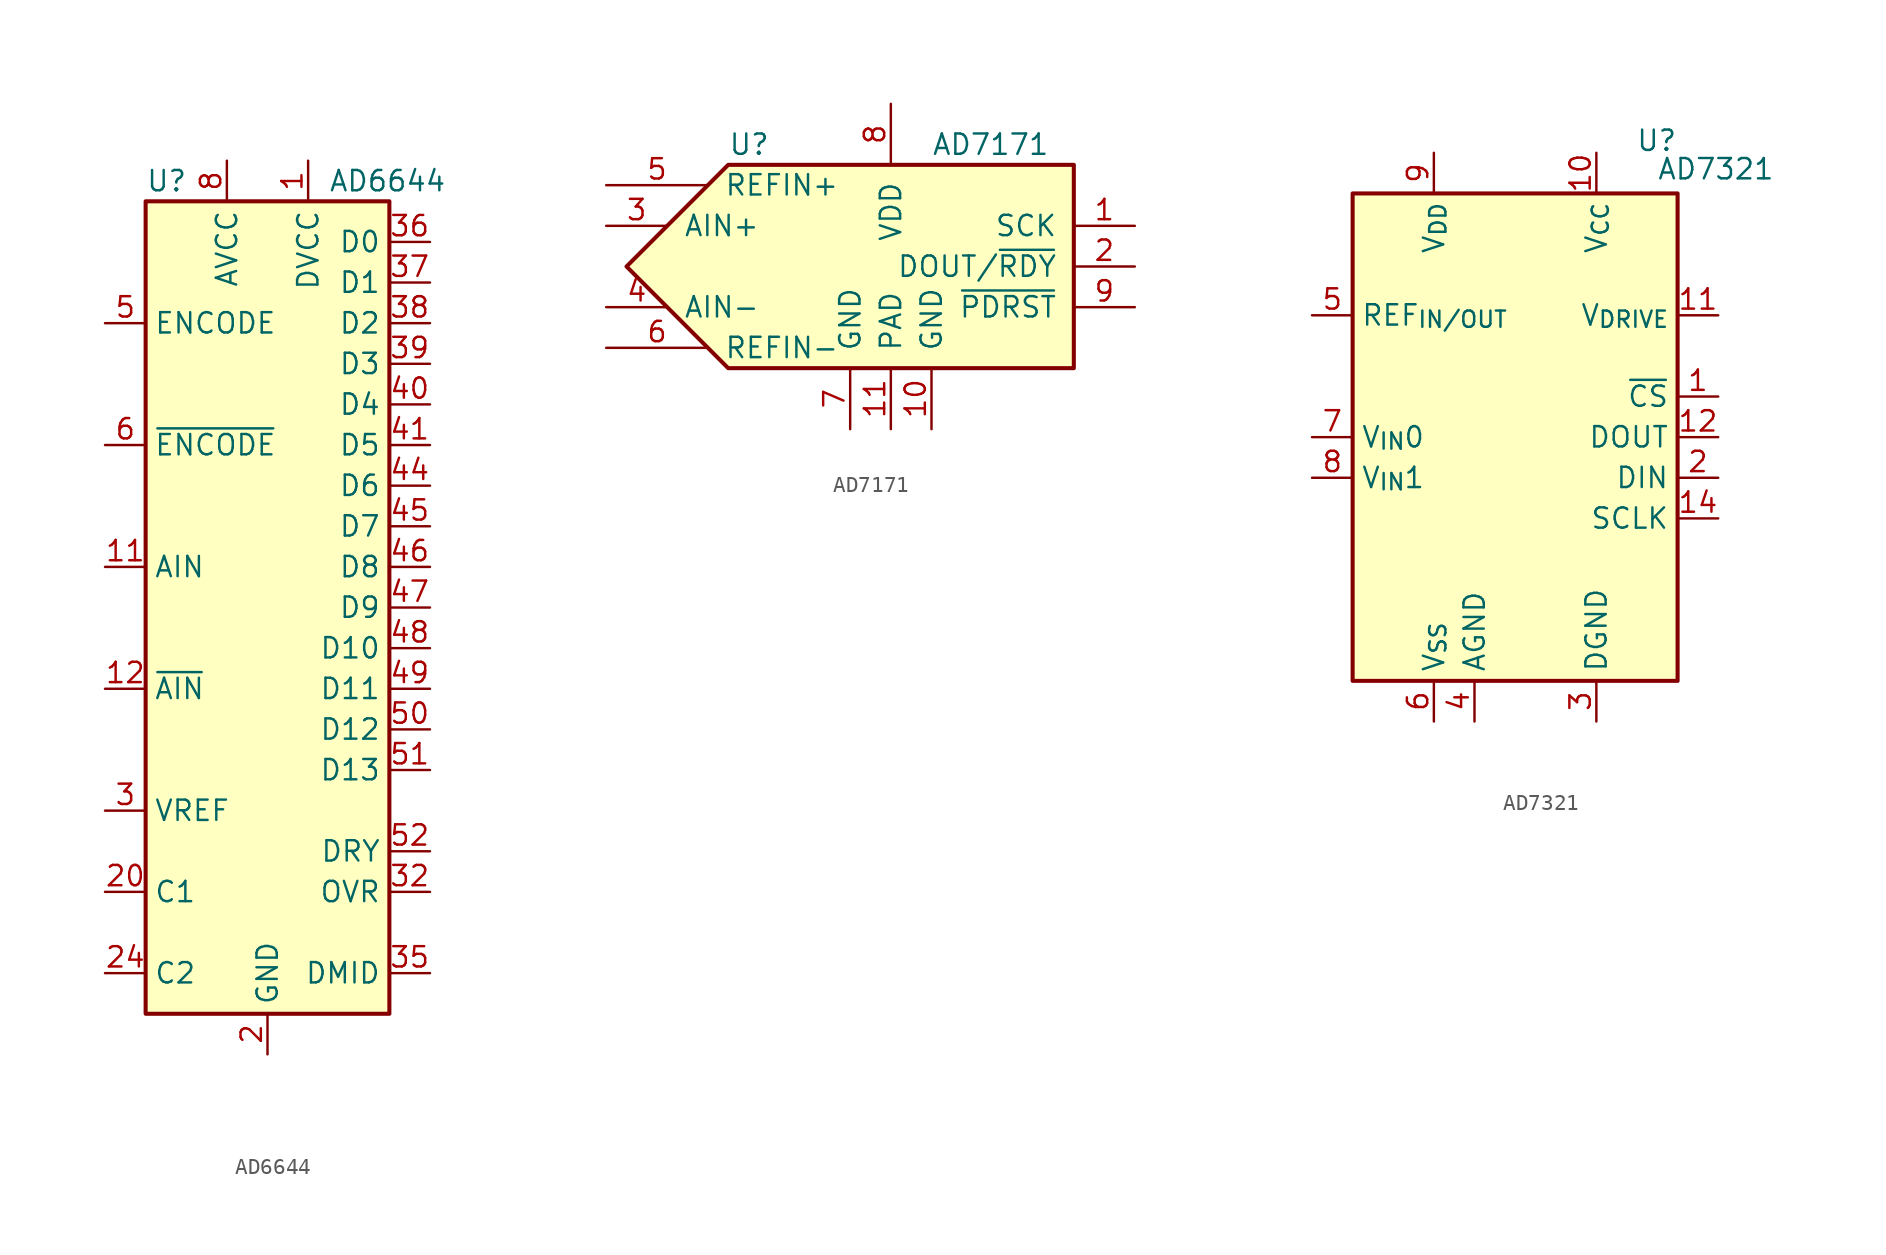
<source format=kicad_sym>
(kicad_symbol_lib
  (version 20241209)
  (generator "kicad_symbol_editor")
  (generator_version "9.0")
  (symbol "AD6644"
    (property "Reference" "U"
      (at -7.62 26.67 0)
      (effects (font (size 1.27 1.27)) (justify left)))
    (property "Value" "AD6644"
      (at 3.81 26.67 0)
      (effects (font (size 1.27 1.27)) (justify left)))
    (symbol "AD6644_0_1"
      (rectangle (start -7.62 25.4) (end 7.62 -25.4) (stroke (width 0.254) (type default)) (fill (type background))))
    (symbol "AD6644_1_1"
      (pin input line (at -10.16 17.78 0) (length 2.54) (name "ENCODE" (effects (font (size 1.27 1.27)))) (number "5" (effects (font (size 1.27 1.27)))))
      (pin input line (at -10.16 10.16 0) (length 2.54) (name "~{ENCODE}" (effects (font (size 1.27 1.27)))) (number "6" (effects (font (size 1.27 1.27)))))
      (pin input line (at -10.16 2.54 0) (length 2.54) (name "AIN" (effects (font (size 1.27 1.27)))) (number "11" (effects (font (size 1.27 1.27)))))
      (pin input line (at -10.16 -5.08 0) (length 2.54) (name "~{AIN}" (effects (font (size 1.27 1.27)))) (number "12" (effects (font (size 1.27 1.27)))))
      (pin passive line (at -10.16 -12.7 0) (length 2.54) (name "VREF" (effects (font (size 1.27 1.27)))) (number "3" (effects (font (size 1.27 1.27)))))
      (pin passive line (at -10.16 -17.78 0) (length 2.54) (name "C1" (effects (font (size 1.27 1.27)))) (number "20" (effects (font (size 1.27 1.27)))))
      (pin passive line (at -10.16 -22.86 0) (length 2.54) (name "C2" (effects (font (size 1.27 1.27)))) (number "24" (effects (font (size 1.27 1.27)))))
      (pin passive line (at -2.54 27.94 270) (length 2.54) (hide yes) (name "AVCC" (effects (font (size 1.27 1.27)))) (number "14" (effects (font (size 1.27 1.27)))))
      (pin passive line (at -2.54 27.94 270) (length 2.54) (hide yes) (name "AVCC" (effects (font (size 1.27 1.27)))) (number "16" (effects (font (size 1.27 1.27)))))
      (pin passive line (at -2.54 27.94 270) (length 2.54) (hide yes) (name "AVCC" (effects (font (size 1.27 1.27)))) (number "18" (effects (font (size 1.27 1.27)))))
      (pin passive line (at -2.54 27.94 270) (length 2.54) (hide yes) (name "AVCC" (effects (font (size 1.27 1.27)))) (number "22" (effects (font (size 1.27 1.27)))))
      (pin passive line (at -2.54 27.94 270) (length 2.54) (hide yes) (name "AVCC" (effects (font (size 1.27 1.27)))) (number "26" (effects (font (size 1.27 1.27)))))
      (pin passive line (at -2.54 27.94 270) (length 2.54) (hide yes) (name "AVCC" (effects (font (size 1.27 1.27)))) (number "28" (effects (font (size 1.27 1.27)))))
      (pin passive line (at -2.54 27.94 270) (length 2.54) (hide yes) (name "AVCC" (effects (font (size 1.27 1.27)))) (number "30" (effects (font (size 1.27 1.27)))))
      (pin power_in line (at -2.54 27.94 270) (length 2.54) (name "AVCC" (effects (font (size 1.27 1.27)))) (number "8" (effects (font (size 1.27 1.27)))))
      (pin passive line (at -2.54 27.94 270) (length 2.54) (hide yes) (name "AVCC" (effects (font (size 1.27 1.27)))) (number "9" (effects (font (size 1.27 1.27)))))
      (pin passive line (at 0 -27.94 90) (length 2.54) (hide yes) (name "GND" (effects (font (size 1.27 1.27)))) (number "10" (effects (font (size 1.27 1.27)))))
      (pin passive line (at 0 -27.94 90) (length 2.54) (hide yes) (name "GND" (effects (font (size 1.27 1.27)))) (number "13" (effects (font (size 1.27 1.27)))))
      (pin passive line (at 0 -27.94 90) (length 2.54) (hide yes) (name "GND" (effects (font (size 1.27 1.27)))) (number "15" (effects (font (size 1.27 1.27)))))
      (pin passive line (at 0 -27.94 90) (length 2.54) (hide yes) (name "GND" (effects (font (size 1.27 1.27)))) (number "17" (effects (font (size 1.27 1.27)))))
      (pin passive line (at 0 -27.94 90) (length 2.54) (hide yes) (name "GND" (effects (font (size 1.27 1.27)))) (number "19" (effects (font (size 1.27 1.27)))))
      (pin power_in line (at 0 -27.94 90) (length 2.54) (name "GND" (effects (font (size 1.27 1.27)))) (number "2" (effects (font (size 1.27 1.27)))))
      (pin passive line (at 0 -27.94 90) (length 2.54) (hide yes) (name "GND" (effects (font (size 1.27 1.27)))) (number "21" (effects (font (size 1.27 1.27)))))
      (pin passive line (at 0 -27.94 90) (length 2.54) (hide yes) (name "GND" (effects (font (size 1.27 1.27)))) (number "23" (effects (font (size 1.27 1.27)))))
      (pin passive line (at 0 -27.94 90) (length 2.54) (hide yes) (name "GND" (effects (font (size 1.27 1.27)))) (number "25" (effects (font (size 1.27 1.27)))))
      (pin passive line (at 0 -27.94 90) (length 2.54) (hide yes) (name "GND" (effects (font (size 1.27 1.27)))) (number "27" (effects (font (size 1.27 1.27)))))
      (pin passive line (at 0 -27.94 90) (length 2.54) (hide yes) (name "GND" (effects (font (size 1.27 1.27)))) (number "29" (effects (font (size 1.27 1.27)))))
      (pin passive line (at 0 -27.94 90) (length 2.54) (hide yes) (name "GND" (effects (font (size 1.27 1.27)))) (number "34" (effects (font (size 1.27 1.27)))))
      (pin passive line (at 0 -27.94 90) (length 2.54) (hide yes) (name "GND" (effects (font (size 1.27 1.27)))) (number "4" (effects (font (size 1.27 1.27)))))
      (pin passive line (at 0 -27.94 90) (length 2.54) (hide yes) (name "GND" (effects (font (size 1.27 1.27)))) (number "42" (effects (font (size 1.27 1.27)))))
      (pin passive line (at 0 -27.94 90) (length 2.54) (hide yes) (name "GND" (effects (font (size 1.27 1.27)))) (number "53" (effects (font (size 1.27 1.27)))))
      (pin passive line (at 0 -27.94 90) (length 2.54) (hide yes) (name "GND" (effects (font (size 1.27 1.27)))) (number "7" (effects (font (size 1.27 1.27)))))
      (pin power_in line (at 2.54 27.94 270) (length 2.54) (name "DVCC" (effects (font (size 1.27 1.27)))) (number "1" (effects (font (size 1.27 1.27)))))
      (pin passive line (at 2.54 27.94 270) (length 2.54) (hide yes) (name "DVCC" (effects (font (size 1.27 1.27)))) (number "33" (effects (font (size 1.27 1.27)))))
      (pin passive line (at 2.54 27.94 270) (length 2.54) (hide yes) (name "DVCC" (effects (font (size 1.27 1.27)))) (number "43" (effects (font (size 1.27 1.27)))))
      (pin no_connect line (at 7.62 -12.7 180) (length 2.54) (hide yes) (name "DNC" (effects (font (size 1.27 1.27)))) (number "31" (effects (font (size 1.27 1.27)))))
      (pin output line (at 10.16 22.86 180) (length 2.54) (name "D0" (effects (font (size 1.27 1.27)))) (number "36" (effects (font (size 1.27 1.27)))))
      (pin output line (at 10.16 20.32 180) (length 2.54) (name "D1" (effects (font (size 1.27 1.27)))) (number "37" (effects (font (size 1.27 1.27)))))
      (pin output line (at 10.16 17.78 180) (length 2.54) (name "D2" (effects (font (size 1.27 1.27)))) (number "38" (effects (font (size 1.27 1.27)))))
      (pin output line (at 10.16 15.24 180) (length 2.54) (name "D3" (effects (font (size 1.27 1.27)))) (number "39" (effects (font (size 1.27 1.27)))))
      (pin output line (at 10.16 12.7 180) (length 2.54) (name "D4" (effects (font (size 1.27 1.27)))) (number "40" (effects (font (size 1.27 1.27)))))
      (pin output line (at 10.16 10.16 180) (length 2.54) (name "D5" (effects (font (size 1.27 1.27)))) (number "41" (effects (font (size 1.27 1.27)))))
      (pin output line (at 10.16 7.62 180) (length 2.54) (name "D6" (effects (font (size 1.27 1.27)))) (number "44" (effects (font (size 1.27 1.27)))))
      (pin output line (at 10.16 5.08 180) (length 2.54) (name "D7" (effects (font (size 1.27 1.27)))) (number "45" (effects (font (size 1.27 1.27)))))
      (pin output line (at 10.16 2.54 180) (length 2.54) (name "D8" (effects (font (size 1.27 1.27)))) (number "46" (effects (font (size 1.27 1.27)))))
      (pin output line (at 10.16 0 180) (length 2.54) (name "D9" (effects (font (size 1.27 1.27)))) (number "47" (effects (font (size 1.27 1.27)))))
      (pin output line (at 10.16 -2.54 180) (length 2.54) (name "D10" (effects (font (size 1.27 1.27)))) (number "48" (effects (font (size 1.27 1.27)))))
      (pin output line (at 10.16 -5.08 180) (length 2.54) (name "D11" (effects (font (size 1.27 1.27)))) (number "49" (effects (font (size 1.27 1.27)))))
      (pin output line (at 10.16 -7.62 180) (length 2.54) (name "D12" (effects (font (size 1.27 1.27)))) (number "50" (effects (font (size 1.27 1.27)))))
      (pin output line (at 10.16 -10.16 180) (length 2.54) (name "D13" (effects (font (size 1.27 1.27)))) (number "51" (effects (font (size 1.27 1.27)))))
      (pin output line (at 10.16 -15.24 180) (length 2.54) (name "DRY" (effects (font (size 1.27 1.27)))) (number "52" (effects (font (size 1.27 1.27)))))
      (pin output line (at 10.16 -17.78 180) (length 2.54) (name "OVR" (effects (font (size 1.27 1.27)))) (number "32" (effects (font (size 1.27 1.27)))))
      (pin output line (at 10.16 -22.86 180) (length 2.54) (name "DMID" (effects (font (size 1.27 1.27)))) (number "35" (effects (font (size 1.27 1.27)))))))
  (symbol "AD7171"
    (pin_names
      (offset 1.016))
    (property "Reference" "U"
      (at -10.16 7.62 0)
      (effects (font (size 1.27 1.27)) (justify left)))
    (property "Value" "AD7171"
      (at 2.54 7.62 0)
      (effects (font (size 1.27 1.27)) (justify left)))
    (symbol "AD7171_0_1"
      (polyline (pts (xy 11.43 6.35) (xy -10.16 6.35) (xy -16.51 0) (xy -10.16 -6.35) (xy 11.43 -6.35) (xy 11.43 6.35)) (stroke (width 0.254) (type default)) (fill (type background))))
    (symbol "AD7171_1_1"
      (pin passive line (at -17.78 5.08 0) (length 6.35) (name "REFIN+" (effects (font (size 1.27 1.27)))) (number "5" (effects (font (size 1.27 1.27)))))
      (pin passive line (at -17.78 2.54 0) (length 3.81) (name "AIN+" (effects (font (size 1.27 1.27)))) (number "3" (effects (font (size 1.27 1.27)))))
      (pin passive line (at -17.78 -2.54 0) (length 3.81) (name "AIN-" (effects (font (size 1.27 1.27)))) (number "4" (effects (font (size 1.27 1.27)))))
      (pin passive line (at -17.78 -5.08 0) (length 6.35) (name "REFIN-" (effects (font (size 1.27 1.27)))) (number "6" (effects (font (size 1.27 1.27)))))
      (pin power_in line (at -2.54 -10.16 90) (length 3.81) (name "GND" (effects (font (size 1.27 1.27)))) (number "7" (effects (font (size 1.27 1.27)))))
      (pin power_in line (at 0 10.16 270) (length 3.81) (name "VDD" (effects (font (size 1.27 1.27)))) (number "8" (effects (font (size 1.27 1.27)))))
      (pin power_in line (at 0 -10.16 90) (length 3.81) (name "PAD" (effects (font (size 1.27 1.27)))) (number "11" (effects (font (size 1.27 1.27)))))
      (pin power_in line (at 2.54 -10.16 90) (length 3.81) (name "GND" (effects (font (size 1.27 1.27)))) (number "10" (effects (font (size 1.27 1.27)))))
      (pin input line (at 15.24 2.54 180) (length 3.81) (name "SCK" (effects (font (size 1.27 1.27)))) (number "1" (effects (font (size 1.27 1.27)))))
      (pin tri_state line (at 15.24 0 180) (length 3.81) (name "DOUT/~{RDY}" (effects (font (size 1.27 1.27)))) (number "2" (effects (font (size 1.27 1.27)))))
      (pin input line (at 15.24 -2.54 180) (length 3.81) (name "~{PDRST}" (effects (font (size 1.27 1.27)))) (number "9" (effects (font (size 1.27 1.27)))))))
  (symbol "AD7321"
    (property "Reference" "U"
      (at 10.16 18.542 0)
      (effects (font (size 1.27 1.27)) (justify right)))
    (property "Value" "AD7321"
      (at 16.256 16.764 0)
      (effects (font (size 1.27 1.27)) (justify right)))
    (symbol "AD7321_0_1"
      (rectangle (start -10.16 15.24) (end 10.16 -15.24) (stroke (width 0.254) (type default)) (fill (type background))))
    (symbol "AD7321_1_1"
      (pin power_in line (at -12.7 7.62 0) (length 2.54) (name "REF_{IN/OUT}" (effects (font (size 1.27 1.27)))) (number "5" (effects (font (size 1.27 1.27)))))
      (pin input line (at -12.7 0 0) (length 2.54) (name "V_{IN}0" (effects (font (size 1.27 1.27)))) (number "7" (effects (font (size 1.27 1.27)))))
      (pin input line (at -12.7 -2.54 0) (length 2.54) (name "V_{IN}1" (effects (font (size 1.27 1.27)))) (number "8" (effects (font (size 1.27 1.27)))))
      (pin power_in line (at -5.08 17.78 270) (length 2.54) (name "V_{DD}" (effects (font (size 1.27 1.27)))) (number "9" (effects (font (size 1.27 1.27)))))
      (pin power_in line (at -5.08 -17.78 90) (length 2.54) (name "V_{SS}" (effects (font (size 1.27 1.27)))) (number "6" (effects (font (size 1.27 1.27)))))
      (pin power_in line (at -2.54 -17.78 90) (length 2.54) (name "AGND" (effects (font (size 1.27 1.27)))) (number "4" (effects (font (size 1.27 1.27)))))
      (pin power_in line (at 5.08 17.78 270) (length 2.54) (name "V_{CC}" (effects (font (size 1.27 1.27)))) (number "10" (effects (font (size 1.27 1.27)))))
      (pin passive line (at 5.08 -17.78 90) (length 2.54) (hide yes) (name "DGND" (effects (font (size 1.27 1.27)))) (number "13" (effects (font (size 1.27 1.27)))))
      (pin power_in line (at 5.08 -17.78 90) (length 2.54) (name "DGND" (effects (font (size 1.27 1.27)))) (number "3" (effects (font (size 1.27 1.27)))))
      (pin power_in line (at 12.7 7.62 180) (length 2.54) (name "V_{DRIVE}" (effects (font (size 1.27 1.27)))) (number "11" (effects (font (size 1.27 1.27)))))
      (pin input line (at 12.7 2.54 180) (length 2.54) (name "~{CS}" (effects (font (size 1.27 1.27)))) (number "1" (effects (font (size 1.27 1.27)))))
      (pin output line (at 12.7 0 180) (length 2.54) (name "DOUT" (effects (font (size 1.27 1.27)))) (number "12" (effects (font (size 1.27 1.27)))))
      (pin input line (at 12.7 -2.54 180) (length 2.54) (name "DIN" (effects (font (size 1.27 1.27)))) (number "2" (effects (font (size 1.27 1.27)))))
      (pin input line (at 12.7 -5.08 180) (length 2.54) (name "SCLK" (effects (font (size 1.27 1.27)))) (number "14" (effects (font (size 1.27 1.27))))))))
</source>
